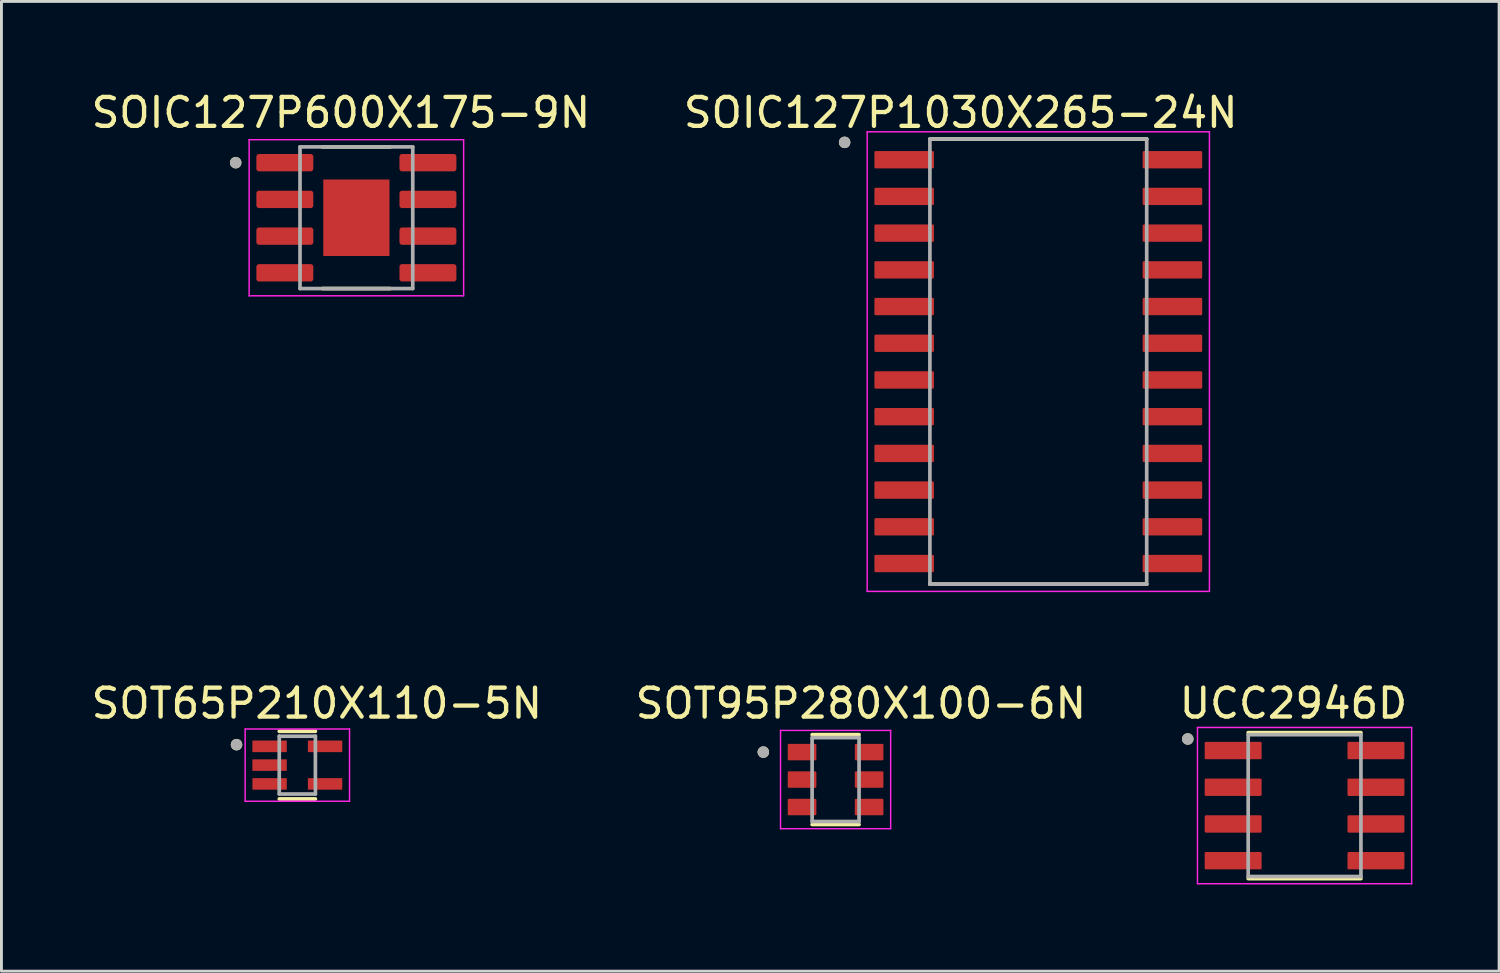
<source format=kicad_pcb>
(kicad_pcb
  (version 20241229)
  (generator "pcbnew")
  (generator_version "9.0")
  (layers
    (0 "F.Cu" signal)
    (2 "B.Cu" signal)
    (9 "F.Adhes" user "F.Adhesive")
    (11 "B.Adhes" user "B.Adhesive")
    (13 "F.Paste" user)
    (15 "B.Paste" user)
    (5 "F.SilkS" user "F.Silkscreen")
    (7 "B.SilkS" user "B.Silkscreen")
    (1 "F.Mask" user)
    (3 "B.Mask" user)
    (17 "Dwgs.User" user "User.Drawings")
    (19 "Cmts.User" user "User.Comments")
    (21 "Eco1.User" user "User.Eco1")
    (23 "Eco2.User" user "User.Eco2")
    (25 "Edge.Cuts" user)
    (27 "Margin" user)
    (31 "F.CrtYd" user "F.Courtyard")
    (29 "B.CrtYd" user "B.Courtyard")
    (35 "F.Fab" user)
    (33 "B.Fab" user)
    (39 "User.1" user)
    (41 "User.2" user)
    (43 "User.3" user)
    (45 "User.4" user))
  (footprint "SOT95P280X100-6N"
    (layer "F.Cu")
    (at 25.857 23.919)
    (property "Reference" "SOT95P280X100-6N" (at 0.875 -2.635 0) (layer "F.SilkS") (effects (font (size 1 1) (thickness 0.15))))
    (attr smd)
    (fp_line (start -0.812 -1.555) (end 0.812 -1.555) (stroke (width 0.127) (type solid)) (layer "F.SilkS"))
    (fp_line (start -0.812 1.555) (end 0.812 1.555) (stroke (width 0.127) (type solid)) (layer "F.SilkS"))
    (fp_circle (center -2.5 -0.95) (end -2.4 -0.95) (stroke (width 0.2) (type solid)) (fill no) (layer "F.SilkS"))
    (fp_line (start -1.905 -1.7) (end 1.905 -1.7) (stroke (width 0.05) (type solid)) (layer "F.CrtYd"))
    (fp_line (start -1.905 1.7) (end -1.905 -1.7) (stroke (width 0.05) (type solid)) (layer "F.CrtYd"))
    (fp_line (start 1.905 -1.7) (end 1.905 1.7) (stroke (width 0.05) (type solid)) (layer "F.CrtYd"))
    (fp_line (start 1.905 1.7) (end -1.905 1.7) (stroke (width 0.05) (type solid)) (layer "F.CrtYd"))
    (fp_line (start -0.812 -1.45) (end -0.812 1.45) (stroke (width 0.127) (type solid)) (layer "F.Fab"))
    (fp_line (start -0.812 -1.45) (end 0.812 -1.45) (stroke (width 0.127) (type solid)) (layer "F.Fab"))
    (fp_line (start -0.812 1.45) (end 0.812 1.45) (stroke (width 0.127) (type solid)) (layer "F.Fab"))
    (fp_line (start 0.812 1.45) (end 0.812 -1.45) (stroke (width 0.127) (type solid)) (layer "F.Fab"))
    (fp_circle (center -2.5 -0.95) (end -2.4 -0.95) (stroke (width 0.2) (type solid)) (fill no) (layer "F.Fab"))
    (pad "1" smd roundrect (at -1.16 -0.95) (size 0.99 0.57) (layers "F.Cu" "F.Mask" "F.Paste") (roundrect_rratio 0.07))
    (pad "2" smd roundrect (at -1.16 0) (size 0.99 0.57) (layers "F.Cu" "F.Mask" "F.Paste") (roundrect_rratio 0.07))
    (pad "3" smd roundrect (at -1.16 0.95) (size 0.99 0.57) (layers "F.Cu" "F.Mask" "F.Paste") (roundrect_rratio 0.07))
    (pad "4" smd roundrect (at 1.16 0.95 180) (size 0.99 0.57) (layers "F.Cu" "F.Mask" "F.Paste") (roundrect_rratio 0.07))
    (pad "5" smd roundrect (at 1.16 0 180) (size 0.99 0.57) (layers "F.Cu" "F.Mask" "F.Paste") (roundrect_rratio 0.07))
    (pad "6" smd roundrect (at 1.16 -0.95 180) (size 0.99 0.57) (layers "F.Cu" "F.Mask" "F.Paste") (roundrect_rratio 0.07)))
  (footprint "SOT65P210X110-5N"
    (layer "F.Cu")
    (at 7.236 23.419)
    (property "Reference" "SOT65P210X110-5N" (at 0.675 -2.135 0) (layer "F.SilkS") (effects (font (size 1 1) (thickness 0.15))))
    (attr smd)
    (fp_line (start -0.625 1.17) (end 0.625 1.17) (stroke (width 0.127) (type solid)) (layer "F.SilkS"))
    (fp_line (start 0.625 -1.17) (end -0.625 -1.17) (stroke (width 0.127) (type solid)) (layer "F.SilkS"))
    (fp_circle (center -2.103 -0.707) (end -2.003 -0.707) (stroke (width 0.2) (type solid)) (fill no) (layer "F.SilkS"))
    (fp_line (start -1.805 -1.25) (end -1.805 1.25) (stroke (width 0.05) (type solid)) (layer "F.CrtYd"))
    (fp_line (start -1.805 1.25) (end 1.805 1.25) (stroke (width 0.05) (type solid)) (layer "F.CrtYd"))
    (fp_line (start 1.805 -1.25) (end -1.805 -1.25) (stroke (width 0.05) (type solid)) (layer "F.CrtYd"))
    (fp_line (start 1.805 1.25) (end 1.805 -1.25) (stroke (width 0.05) (type solid)) (layer "F.CrtYd"))
    (fp_line (start -0.625 -1) (end -0.625 1) (stroke (width 0.127) (type solid)) (layer "F.Fab"))
    (fp_line (start -0.625 1) (end 0.625 1) (stroke (width 0.127) (type solid)) (layer "F.Fab"))
    (fp_line (start 0.625 -1) (end -0.625 -1) (stroke (width 0.127) (type solid)) (layer "F.Fab"))
    (fp_line (start 0.625 1) (end 0.625 -1) (stroke (width 0.127) (type solid)) (layer "F.Fab"))
    (fp_circle (center -2.103 -0.707) (end -2.003 -0.707) (stroke (width 0.2) (type solid)) (fill no) (layer "F.Fab"))
    (pad "1" smd roundrect (at -0.96 -0.65) (size 1.19 0.4) (layers "F.Cu" "F.Mask" "F.Paste") (roundrect_rratio 0.05))
    (pad "2" smd roundrect (at -0.96 0) (size 1.19 0.4) (layers "F.Cu" "F.Mask" "F.Paste") (roundrect_rratio 0.05))
    (pad "3" smd roundrect (at -0.96 0.65) (size 1.19 0.4) (layers "F.Cu" "F.Mask" "F.Paste") (roundrect_rratio 0.05))
    (pad "4" smd roundrect (at 0.96 0.65) (size 1.19 0.4) (layers "F.Cu" "F.Mask" "F.Paste") (roundrect_rratio 0.05))
    (pad "5" smd roundrect (at 0.96 -0.65) (size 1.19 0.4) (layers "F.Cu" "F.Mask" "F.Paste") (roundrect_rratio 0.05)))
  (footprint "SOIC127P1030X265-24N"
    (layer "F.Cu")
    (at 32.87 9.46)
    (property "Reference" "SOIC127P1030X265-24N" (at -2.685 -8.612 0) (layer "F.SilkS") (effects (font (size 1 1) (thickness 0.15))))
    (attr through_hole)
    (fp_line (start -3.75 -7.7) (end 3.75 -7.7) (stroke (width 0.127) (type solid)) (layer "F.SilkS"))
    (fp_line (start -3.75 7.7) (end 3.75 7.7) (stroke (width 0.127) (type solid)) (layer "F.SilkS"))
    (fp_circle (center -6.7 -7.585) (end -6.6 -7.585) (stroke (width 0.2) (type solid)) (fill no) (layer "F.SilkS"))
    (fp_line (start -5.92 -7.95) (end -5.92 7.95) (stroke (width 0.05) (type solid)) (layer "F.CrtYd"))
    (fp_line (start -5.92 -7.95) (end 5.92 -7.95) (stroke (width 0.05) (type solid)) (layer "F.CrtYd"))
    (fp_line (start -5.92 7.95) (end 5.92 7.95) (stroke (width 0.05) (type solid)) (layer "F.CrtYd"))
    (fp_line (start 5.92 -7.95) (end 5.92 7.95) (stroke (width 0.05) (type solid)) (layer "F.CrtYd"))
    (fp_line (start -3.75 -7.7) (end -3.75 7.7) (stroke (width 0.127) (type solid)) (layer "F.Fab"))
    (fp_line (start -3.75 -7.7) (end 3.75 -7.7) (stroke (width 0.127) (type solid)) (layer "F.Fab"))
    (fp_line (start -3.75 7.7) (end 3.75 7.7) (stroke (width 0.127) (type solid)) (layer "F.Fab"))
    (fp_line (start 3.75 -7.7) (end 3.75 7.7) (stroke (width 0.127) (type solid)) (layer "F.Fab"))
    (fp_circle (center -6.7 -7.585) (end -6.6 -7.585) (stroke (width 0.2) (type solid)) (fill no) (layer "F.Fab"))
    (pad "1" smd roundrect (at -4.64 -6.985) (size 2.06 0.6) (layers "F.Cu" "F.Mask" "F.Paste") (roundrect_rratio 0.07))
    (pad "2" smd roundrect (at -4.64 -5.715) (size 2.06 0.6) (layers "F.Cu" "F.Mask" "F.Paste") (roundrect_rratio 0.07))
    (pad "3" smd roundrect (at -4.64 -4.445) (size 2.06 0.6) (layers "F.Cu" "F.Mask" "F.Paste") (roundrect_rratio 0.07))
    (pad "4" smd roundrect (at -4.64 -3.175) (size 2.06 0.6) (layers "F.Cu" "F.Mask" "F.Paste") (roundrect_rratio 0.07))
    (pad "5" smd roundrect (at -4.64 -1.905) (size 2.06 0.6) (layers "F.Cu" "F.Mask" "F.Paste") (roundrect_rratio 0.07))
    (pad "6" smd roundrect (at -4.64 -0.635) (size 2.06 0.6) (layers "F.Cu" "F.Mask" "F.Paste") (roundrect_rratio 0.07))
    (pad "7" smd roundrect (at -4.64 0.635) (size 2.06 0.6) (layers "F.Cu" "F.Mask" "F.Paste") (roundrect_rratio 0.07))
    (pad "8" smd roundrect (at -4.64 1.905) (size 2.06 0.6) (layers "F.Cu" "F.Mask" "F.Paste") (roundrect_rratio 0.07))
    (pad "9" smd roundrect (at -4.64 3.175) (size 2.06 0.6) (layers "F.Cu" "F.Mask" "F.Paste") (roundrect_rratio 0.07))
    (pad "10" smd roundrect (at -4.64 4.445) (size 2.06 0.6) (layers "F.Cu" "F.Mask" "F.Paste") (roundrect_rratio 0.07))
    (pad "11" smd roundrect (at -4.64 5.715) (size 2.06 0.6) (layers "F.Cu" "F.Mask" "F.Paste") (roundrect_rratio 0.07))
    (pad "12" smd roundrect (at -4.64 6.985) (size 2.06 0.6) (layers "F.Cu" "F.Mask" "F.Paste") (roundrect_rratio 0.07))
    (pad "13" smd roundrect (at 4.64 6.985) (size 2.06 0.6) (layers "F.Cu" "F.Mask" "F.Paste") (roundrect_rratio 0.07))
    (pad "14" smd roundrect (at 4.64 5.715) (size 2.06 0.6) (layers "F.Cu" "F.Mask" "F.Paste") (roundrect_rratio 0.07))
    (pad "15" smd roundrect (at 4.64 4.445) (size 2.06 0.6) (layers "F.Cu" "F.Mask" "F.Paste") (roundrect_rratio 0.07))
    (pad "16" smd roundrect (at 4.64 3.175) (size 2.06 0.6) (layers "F.Cu" "F.Mask" "F.Paste") (roundrect_rratio 0.07))
    (pad "17" smd roundrect (at 4.64 1.905) (size 2.06 0.6) (layers "F.Cu" "F.Mask" "F.Paste") (roundrect_rratio 0.07))
    (pad "18" smd roundrect (at 4.64 0.635) (size 2.06 0.6) (layers "F.Cu" "F.Mask" "F.Paste") (roundrect_rratio 0.07))
    (pad "19" smd roundrect (at 4.64 -0.635) (size 2.06 0.6) (layers "F.Cu" "F.Mask" "F.Paste") (roundrect_rratio 0.07))
    (pad "20" smd roundrect (at 4.64 -1.905) (size 2.06 0.6) (layers "F.Cu" "F.Mask" "F.Paste") (roundrect_rratio 0.07))
    (pad "21" smd roundrect (at 4.64 -3.175) (size 2.06 0.6) (layers "F.Cu" "F.Mask" "F.Paste") (roundrect_rratio 0.07))
    (pad "22" smd roundrect (at 4.64 -4.445) (size 2.06 0.6) (layers "F.Cu" "F.Mask" "F.Paste") (roundrect_rratio 0.07))
    (pad "23" smd roundrect (at 4.64 -5.715) (size 2.06 0.6) (layers "F.Cu" "F.Mask" "F.Paste") (roundrect_rratio 0.07))
    (pad "24" smd roundrect (at 4.64 -6.985) (size 2.06 0.6) (layers "F.Cu" "F.Mask" "F.Paste") (roundrect_rratio 0.07)))
  (footprint "UCC2946D"
    (layer "F.Cu")
    (at 42.081 24.82)
    (property "Reference" "UCC2946D" (at -0.385 -3.537 0) (layer "F.SilkS") (effects (font (size 1 1) (thickness 0.15))))
    (attr smd)
    (fp_line (start -1.95 -2.525) (end 1.95 -2.525) (stroke (width 0.127) (type solid)) (layer "F.SilkS"))
    (fp_line (start -1.95 2.525) (end 1.95 2.525) (stroke (width 0.127) (type solid)) (layer "F.SilkS"))
    (fp_circle (center -4.04 -2.305) (end -3.94 -2.305) (stroke (width 0.2) (type solid)) (fill no) (layer "F.SilkS"))
    (fp_line (start -3.705 -2.703) (end -3.705 2.703) (stroke (width 0.05) (type solid)) (layer "F.CrtYd"))
    (fp_line (start -3.705 -2.703) (end 3.705 -2.703) (stroke (width 0.05) (type solid)) (layer "F.CrtYd"))
    (fp_line (start -3.705 2.703) (end 3.705 2.703) (stroke (width 0.05) (type solid)) (layer "F.CrtYd"))
    (fp_line (start 3.705 -2.703) (end 3.705 2.703) (stroke (width 0.05) (type solid)) (layer "F.CrtYd"))
    (fp_line (start -1.95 -2.453) (end -1.95 2.453) (stroke (width 0.127) (type solid)) (layer "F.Fab"))
    (fp_line (start -1.95 -2.453) (end 1.95 -2.453) (stroke (width 0.127) (type solid)) (layer "F.Fab"))
    (fp_line (start -1.95 2.453) (end 1.95 2.453) (stroke (width 0.127) (type solid)) (layer "F.Fab"))
    (fp_line (start 1.95 -2.453) (end 1.95 2.453) (stroke (width 0.127) (type solid)) (layer "F.Fab"))
    (fp_circle (center -4.04 -2.305) (end -3.94 -2.305) (stroke (width 0.2) (type solid)) (fill no) (layer "F.Fab"))
    (pad "1" smd roundrect (at -2.47 -1.905) (size 1.97 0.6) (layers "F.Cu" "F.Mask" "F.Paste") (roundrect_rratio 0.07))
    (pad "2" smd roundrect (at -2.47 -0.635) (size 1.97 0.6) (layers "F.Cu" "F.Mask" "F.Paste") (roundrect_rratio 0.07))
    (pad "3" smd roundrect (at -2.47 0.635) (size 1.97 0.6) (layers "F.Cu" "F.Mask" "F.Paste") (roundrect_rratio 0.07))
    (pad "4" smd roundrect (at -2.47 1.905) (size 1.97 0.6) (layers "F.Cu" "F.Mask" "F.Paste") (roundrect_rratio 0.07))
    (pad "5" smd roundrect (at 2.47 1.905) (size 1.97 0.6) (layers "F.Cu" "F.Mask" "F.Paste") (roundrect_rratio 0.07))
    (pad "6" smd roundrect (at 2.47 0.635) (size 1.97 0.6) (layers "F.Cu" "F.Mask" "F.Paste") (roundrect_rratio 0.07))
    (pad "7" smd roundrect (at 2.47 -0.635) (size 1.97 0.6) (layers "F.Cu" "F.Mask" "F.Paste") (roundrect_rratio 0.07))
    (pad "8" smd roundrect (at 2.47 -1.905) (size 1.97 0.6) (layers "F.Cu" "F.Mask" "F.Paste") (roundrect_rratio 0.07)))
  (footprint "SOIC127P600X175-9N"
    (layer "F.Cu")
    (at 9.279 4.483)
    (property "Reference" "SOIC127P600X175-9N" (at -0.535 -3.635 0) (layer "F.SilkS") (effects (font (size 1 1) (thickness 0.15))))
    (attr smd)
    (fp_line (start -1.17 -2.45) (end 1.17 -2.45) (stroke (width 0.127) (type solid)) (layer "F.SilkS"))
    (fp_line (start -1.17 2.45) (end 1.17 2.45) (stroke (width 0.127) (type solid)) (layer "F.SilkS"))
    (fp_circle (center -4.175 -1.905) (end -4.075 -1.905) (stroke (width 0.2) (type solid)) (fill no) (layer "F.SilkS"))
    (fp_line (start -3.71 -2.7) (end -3.71 2.7) (stroke (width 0.05) (type solid)) (layer "F.CrtYd"))
    (fp_line (start -3.71 2.7) (end 3.71 2.7) (stroke (width 0.05) (type solid)) (layer "F.CrtYd"))
    (fp_line (start 3.71 -2.7) (end -3.71 -2.7) (stroke (width 0.05) (type solid)) (layer "F.CrtYd"))
    (fp_line (start 3.71 2.7) (end 3.71 -2.7) (stroke (width 0.05) (type solid)) (layer "F.CrtYd"))
    (fp_line (start -1.95 -2.45) (end 1.95 -2.45) (stroke (width 0.127) (type solid)) (layer "F.Fab"))
    (fp_line (start -1.95 2.45) (end -1.95 -2.45) (stroke (width 0.127) (type solid)) (layer "F.Fab"))
    (fp_line (start 1.95 -2.45) (end 1.95 2.45) (stroke (width 0.127) (type solid)) (layer "F.Fab"))
    (fp_line (start 1.95 2.45) (end -1.95 2.45) (stroke (width 0.127) (type solid)) (layer "F.Fab"))
    (fp_circle (center -4.175 -1.905) (end -4.075 -1.905) (stroke (width 0.2) (type solid)) (fill no) (layer "F.Fab"))
    (pad "1" smd roundrect (at -2.475 -1.905) (size 1.97 0.6) (layers "F.Cu" "F.Mask" "F.Paste") (roundrect_rratio 0.15))
    (pad "2" smd roundrect (at -2.475 -0.635) (size 1.97 0.6) (layers "F.Cu" "F.Mask" "F.Paste") (roundrect_rratio 0.15))
    (pad "3" smd roundrect (at -2.475 0.635) (size 1.97 0.6) (layers "F.Cu" "F.Mask" "F.Paste") (roundrect_rratio 0.15))
    (pad "4" smd roundrect (at -2.475 1.905) (size 1.97 0.6) (layers "F.Cu" "F.Mask" "F.Paste") (roundrect_rratio 0.15))
    (pad "5" smd roundrect (at 2.475 1.905) (size 1.97 0.6) (layers "F.Cu" "F.Mask" "F.Paste") (roundrect_rratio 0.15))
    (pad "6" smd roundrect (at 2.475 0.635) (size 1.97 0.6) (layers "F.Cu" "F.Mask" "F.Paste") (roundrect_rratio 0.15))
    (pad "7" smd roundrect (at 2.475 -0.635) (size 1.97 0.6) (layers "F.Cu" "F.Mask" "F.Paste") (roundrect_rratio 0.15))
    (pad "8" smd roundrect (at 2.475 -1.905) (size 1.97 0.6) (layers "F.Cu" "F.Mask" "F.Paste") (roundrect_rratio 0.15))
    (pad "9" smd rect (at 0 0) (size 2.29 2.646) (layers "F.Cu" "F.Mask" "F.Paste")))
  (gr_rect
    (start -3 -3)
    (end 48.811 30.548)
    (stroke (width 0.1) (type default))
    (fill no)
    (layer "Edge.Cuts")))
</source>
